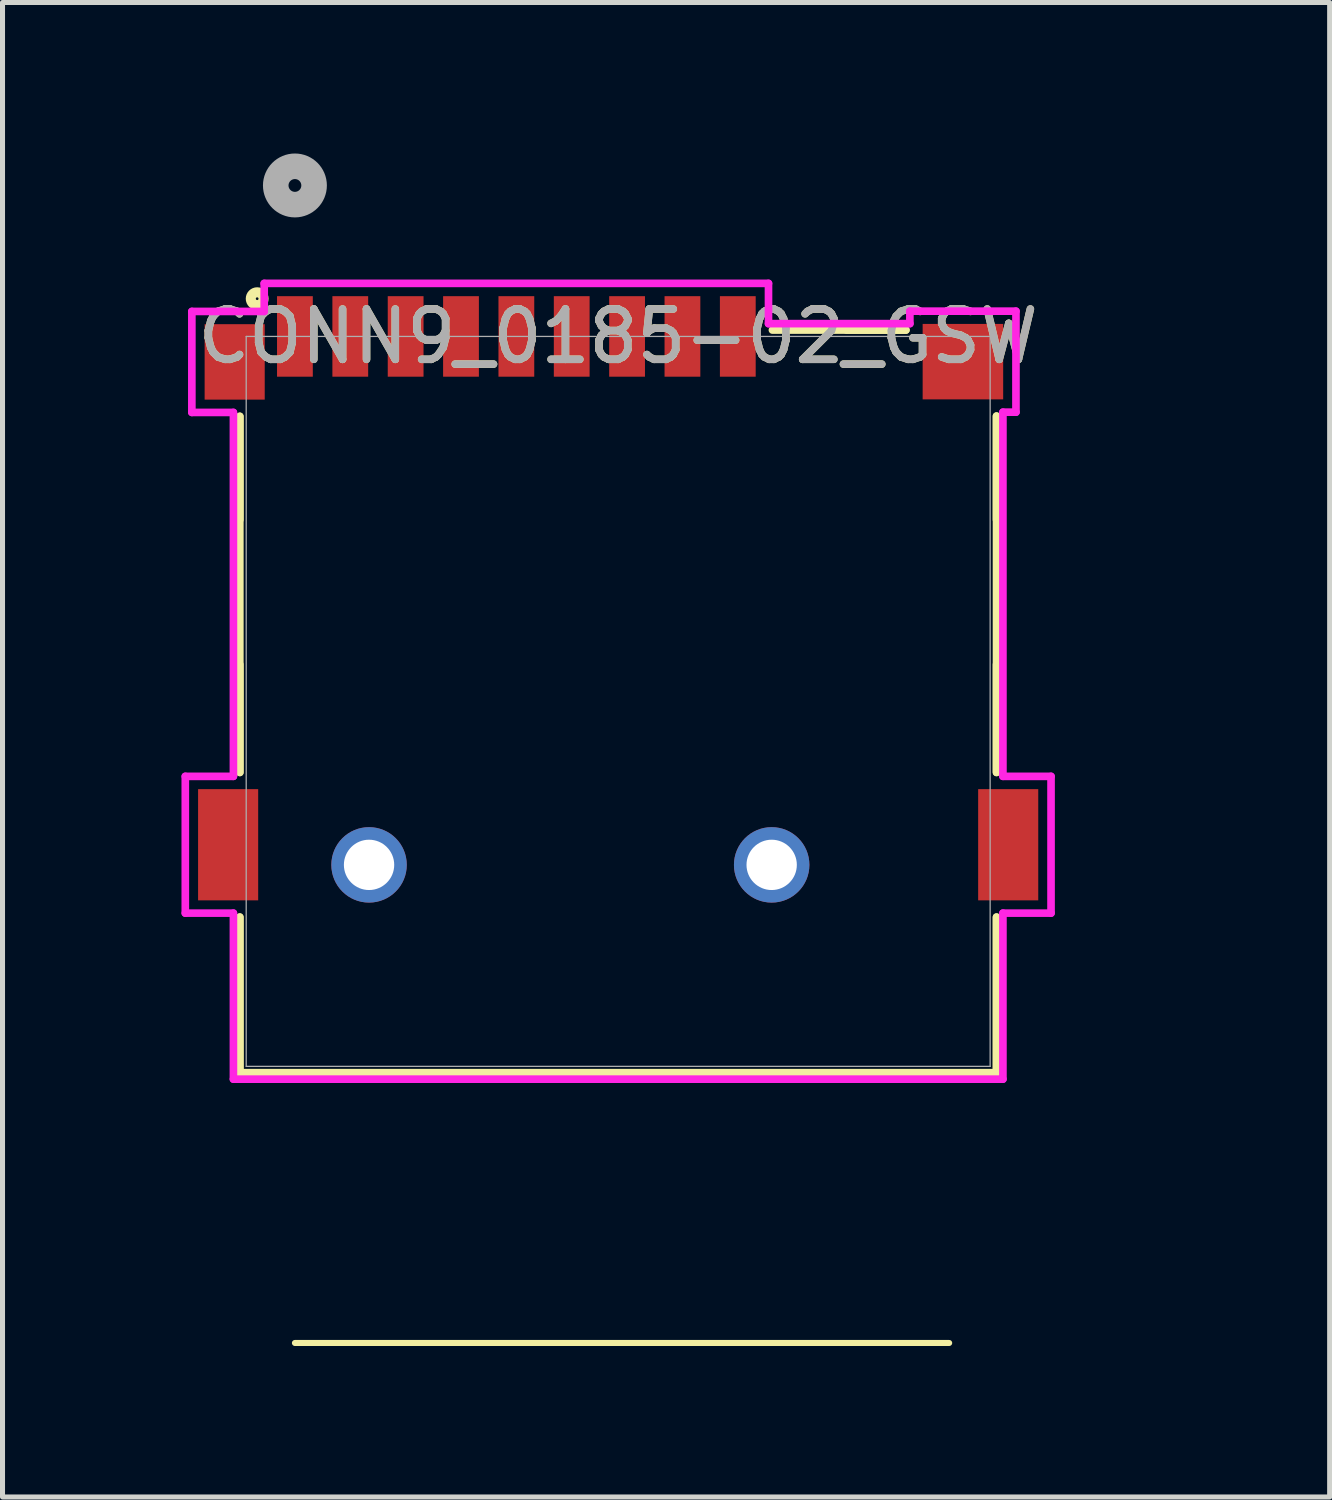
<source format=kicad_pcb>
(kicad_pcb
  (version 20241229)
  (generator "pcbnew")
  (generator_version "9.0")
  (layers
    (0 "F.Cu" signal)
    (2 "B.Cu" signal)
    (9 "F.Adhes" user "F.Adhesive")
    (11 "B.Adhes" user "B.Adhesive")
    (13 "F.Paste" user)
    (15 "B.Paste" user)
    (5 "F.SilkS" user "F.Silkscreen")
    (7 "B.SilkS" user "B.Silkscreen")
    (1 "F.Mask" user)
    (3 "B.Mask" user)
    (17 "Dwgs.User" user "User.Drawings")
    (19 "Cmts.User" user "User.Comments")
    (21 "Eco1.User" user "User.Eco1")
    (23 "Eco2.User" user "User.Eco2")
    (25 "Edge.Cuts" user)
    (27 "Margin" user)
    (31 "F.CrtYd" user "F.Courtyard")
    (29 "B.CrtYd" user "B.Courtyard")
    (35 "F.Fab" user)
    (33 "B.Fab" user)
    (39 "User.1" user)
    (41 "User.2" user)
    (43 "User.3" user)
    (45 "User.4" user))
  (footprint "CONN9_0185-02_GSW"
    (layer "F.Cu")
    (at 9.233 10.487)
    (property "Reference" "CONN9_0185-02_GSW" (at 0 -6.852 0) (unlocked yes) (layer "F.SilkS") (effects (font (size 1 1) (thickness 0.15))))
    (attr smd)
    (fp_line (start -7.518 -5.264) (end -7.518 -3.209) (stroke (width 0.152) (type solid)) (layer "F.SilkS"))
    (fp_line (start -7.518 -0.334) (end -7.518 1.811) (stroke (width 0.152) (type solid)) (layer "F.SilkS"))
    (fp_line (start -7.518 1.811) (end -7.518 -5.264) (stroke (width 0.152) (type solid)) (layer "F.SilkS"))
    (fp_line (start -7.518 4.686) (end -7.518 7.779) (stroke (width 0.152) (type solid)) (layer "F.SilkS"))
    (fp_line (start -7.518 7.779) (end -7.518 4.686) (stroke (width 0.152) (type solid)) (layer "F.SilkS"))
    (fp_line (start -7.518 7.779) (end 7.518 7.779) (stroke (width 0.152) (type solid)) (layer "F.SilkS"))
    (fp_line (start 3.065 -6.979) (end 5.717 -6.979) (stroke (width 0.152) (type solid)) (layer "F.SilkS"))
    (fp_line (start 5.717 -6.979) (end 4.538 -6.979) (stroke (width 0.152) (type solid)) (layer "F.SilkS"))
    (fp_line (start 6.577 13.148) (end -6.423 13.148) (stroke (width 0.12) (type default)) (layer "F.SilkS"))
    (fp_line (start 7.518 -5.269) (end 7.518 1.811) (stroke (width 0.152) (type solid)) (layer "F.SilkS"))
    (fp_line (start 7.518 -3.209) (end 7.518 -5.269) (stroke (width 0.152) (type solid)) (layer "F.SilkS"))
    (fp_line (start 7.518 1.811) (end 7.518 -0.334) (stroke (width 0.152) (type solid)) (layer "F.SilkS"))
    (fp_line (start 7.518 4.686) (end 7.518 7.779) (stroke (width 0.152) (type solid)) (layer "F.SilkS"))
    (fp_line (start 7.518 7.779) (end -7.518 7.779) (stroke (width 0.152) (type solid)) (layer "F.SilkS"))
    (fp_line (start 7.518 7.779) (end 7.518 4.686) (stroke (width 0.152) (type solid)) (layer "F.SilkS"))
    (fp_circle (center -7.173 -7.602) (end -7.046 -7.602) (stroke (width 0.2) (type solid)) (fill no) (layer "F.SilkS"))
    (fp_line (start -8.601 1.889) (end -8.601 4.607) (stroke (width 0.152) (type solid)) (layer "F.CrtYd"))
    (fp_line (start -8.601 4.607) (end -7.645 4.607) (stroke (width 0.152) (type solid)) (layer "F.CrtYd"))
    (fp_line (start -8.471 -7.349) (end -8.471 -5.342) (stroke (width 0.152) (type solid)) (layer "F.CrtYd"))
    (fp_line (start -8.471 -5.342) (end -7.645 -5.342) (stroke (width 0.152) (type solid)) (layer "F.CrtYd"))
    (fp_line (start -7.645 -5.342) (end -7.645 1.889) (stroke (width 0.152) (type solid)) (layer "F.CrtYd"))
    (fp_line (start -7.645 1.889) (end -8.601 1.889) (stroke (width 0.152) (type solid)) (layer "F.CrtYd"))
    (fp_line (start -7.645 4.607) (end -7.645 7.906) (stroke (width 0.152) (type solid)) (layer "F.CrtYd"))
    (fp_line (start -7.645 7.906) (end 7.645 7.906) (stroke (width 0.152) (type solid)) (layer "F.CrtYd"))
    (fp_line (start -7.033 -7.906) (end -7.033 -7.349) (stroke (width 0.152) (type solid)) (layer "F.CrtYd"))
    (fp_line (start -7.033 -7.349) (end -8.471 -7.349) (stroke (width 0.152) (type solid)) (layer "F.CrtYd"))
    (fp_line (start 2.987 -7.906) (end -7.033 -7.906) (stroke (width 0.152) (type solid)) (layer "F.CrtYd"))
    (fp_line (start 2.987 -7.106) (end 2.987 -7.906) (stroke (width 0.152) (type solid)) (layer "F.CrtYd"))
    (fp_line (start 5.796 -7.354) (end 5.796 -7.106) (stroke (width 0.152) (type solid)) (layer "F.CrtYd"))
    (fp_line (start 5.796 -7.106) (end 2.987 -7.106) (stroke (width 0.152) (type solid)) (layer "F.CrtYd"))
    (fp_line (start 7.645 -5.347) (end 7.904 -5.347) (stroke (width 0.152) (type solid)) (layer "F.CrtYd"))
    (fp_line (start 7.645 1.889) (end 7.645 -5.347) (stroke (width 0.152) (type solid)) (layer "F.CrtYd"))
    (fp_line (start 7.645 4.607) (end 8.601 4.607) (stroke (width 0.152) (type solid)) (layer "F.CrtYd"))
    (fp_line (start 7.645 7.906) (end 7.645 4.607) (stroke (width 0.152) (type solid)) (layer "F.CrtYd"))
    (fp_line (start 7.904 -7.354) (end 5.796 -7.354) (stroke (width 0.152) (type solid)) (layer "F.CrtYd"))
    (fp_line (start 7.904 -5.347) (end 7.904 -7.354) (stroke (width 0.152) (type solid)) (layer "F.CrtYd"))
    (fp_line (start 8.601 1.889) (end 7.645 1.889) (stroke (width 0.152) (type solid)) (layer "F.CrtYd"))
    (fp_line (start 8.601 4.607) (end 8.601 1.889) (stroke (width 0.152) (type solid)) (layer "F.CrtYd"))
    (fp_line (start -7.391 -6.852) (end -7.391 7.652) (stroke (width 0.025) (type solid)) (layer "F.Fab"))
    (fp_line (start -7.391 7.652) (end 7.391 7.652) (stroke (width 0.025) (type solid)) (layer "F.Fab"))
    (fp_line (start 7.391 -6.852) (end -7.391 -6.852) (stroke (width 0.025) (type solid)) (layer "F.Fab"))
    (fp_line (start 7.391 7.652) (end 7.391 -6.852) (stroke (width 0.025) (type solid)) (layer "F.Fab"))
    (fp_circle (center -6.423 -9.852) (end -6.042 -9.852) (stroke (width 0.508) (type solid)) (fill no) (layer "F.Fab"))
    (fp_line (start -9.173 0) (end 11.077 0) (stroke (width 0.12) (type default)) (layer "User.1"))
    (fp_line (start 0 7.906) (end 0 -9.602) (stroke (width 0.12) (type default)) (layer "User.1"))
    (fp_circle (center 0 0) (end 0.407 0) (stroke (width 0.12) (type default)) (fill no) (layer "User.1"))
    (fp_text user "${REFERENCE}" (at 0 -6.852 0) (unlocked yes) (layer "F.Fab") (effects (font (size 1 1) (thickness 0.15))))
    (pad "" np_thru_hole circle (at -4.95 3.648) (size 1.499 1.499) (drill 1) (layers "*.Cu" "*.Mask"))
    (pad "" np_thru_hole circle (at 3.05 3.648) (size 1.499 1.499) (drill 1) (layers "*.Cu" "*.Mask"))
    (pad "1" smd rect (at -6.423 -6.852) (size 0.711 1.6) (layers "F.Cu" "F.Mask" "F.Paste"))
    (pad "2" smd rect (at -5.323 -6.852) (size 0.711 1.6) (layers "F.Cu" "F.Mask" "F.Paste"))
    (pad "3" smd rect (at -4.223 -6.852) (size 0.711 1.6) (layers "F.Cu" "F.Mask" "F.Paste"))
    (pad "4" smd rect (at -3.123 -6.852) (size 0.711 1.6) (layers "F.Cu" "F.Mask" "F.Paste"))
    (pad "5" smd rect (at -2.023 -6.852) (size 0.711 1.6) (layers "F.Cu" "F.Mask" "F.Paste"))
    (pad "6" smd rect (at -0.923 -6.852) (size 0.711 1.6) (layers "F.Cu" "F.Mask" "F.Paste"))
    (pad "7" smd rect (at 0.177 -6.852) (size 0.711 1.6) (layers "F.Cu" "F.Mask" "F.Paste"))
    (pad "8" smd rect (at 1.277 -6.852) (size 0.711 1.6) (layers "F.Cu" "F.Mask" "F.Paste"))
    (pad "9" smd rect (at -7.75 3.248) (size 1.194 2.21) (layers "F.Cu" "F.Mask" "F.Paste"))
    (pad "9" smd rect (at -7.62 -6.346) (size 1.194 1.499) (layers "F.Cu" "F.Mask" "F.Paste"))
    (pad "9" smd rect (at 2.377 -6.852) (size 0.711 1.6) (layers "F.Cu" "F.Mask" "F.Paste"))
    (pad "9" smd rect (at 6.85 -6.351) (size 1.6 1.499) (layers "F.Cu" "F.Mask" "F.Paste"))
    (pad "9" smd rect (at 7.75 3.248) (size 1.194 2.21) (layers "F.Cu" "F.Mask" "F.Paste"))
    (zone (net_name "") (layer "F.Cu") (hatch edge 0.5) (connect_pads) (min_thickness 0.25) (filled_areas_thickness no) (keepout (tracks allowed) (vias allowed) (pads allowed) (copperpour allowed) (footprints not_allowed)) (placement (enabled no)) (fill) (polygon (pts (xy 1.81 5.385) (xy 16.56 5.385) (xy 16.56 23.635) (xy 1.81 23.635)))))
  (gr_rect
    (start -3 -3)
    (end 23.37 26.695)
    (stroke (width 0.1) (type default))
    (fill no)
    (layer "Edge.Cuts")))
</source>
